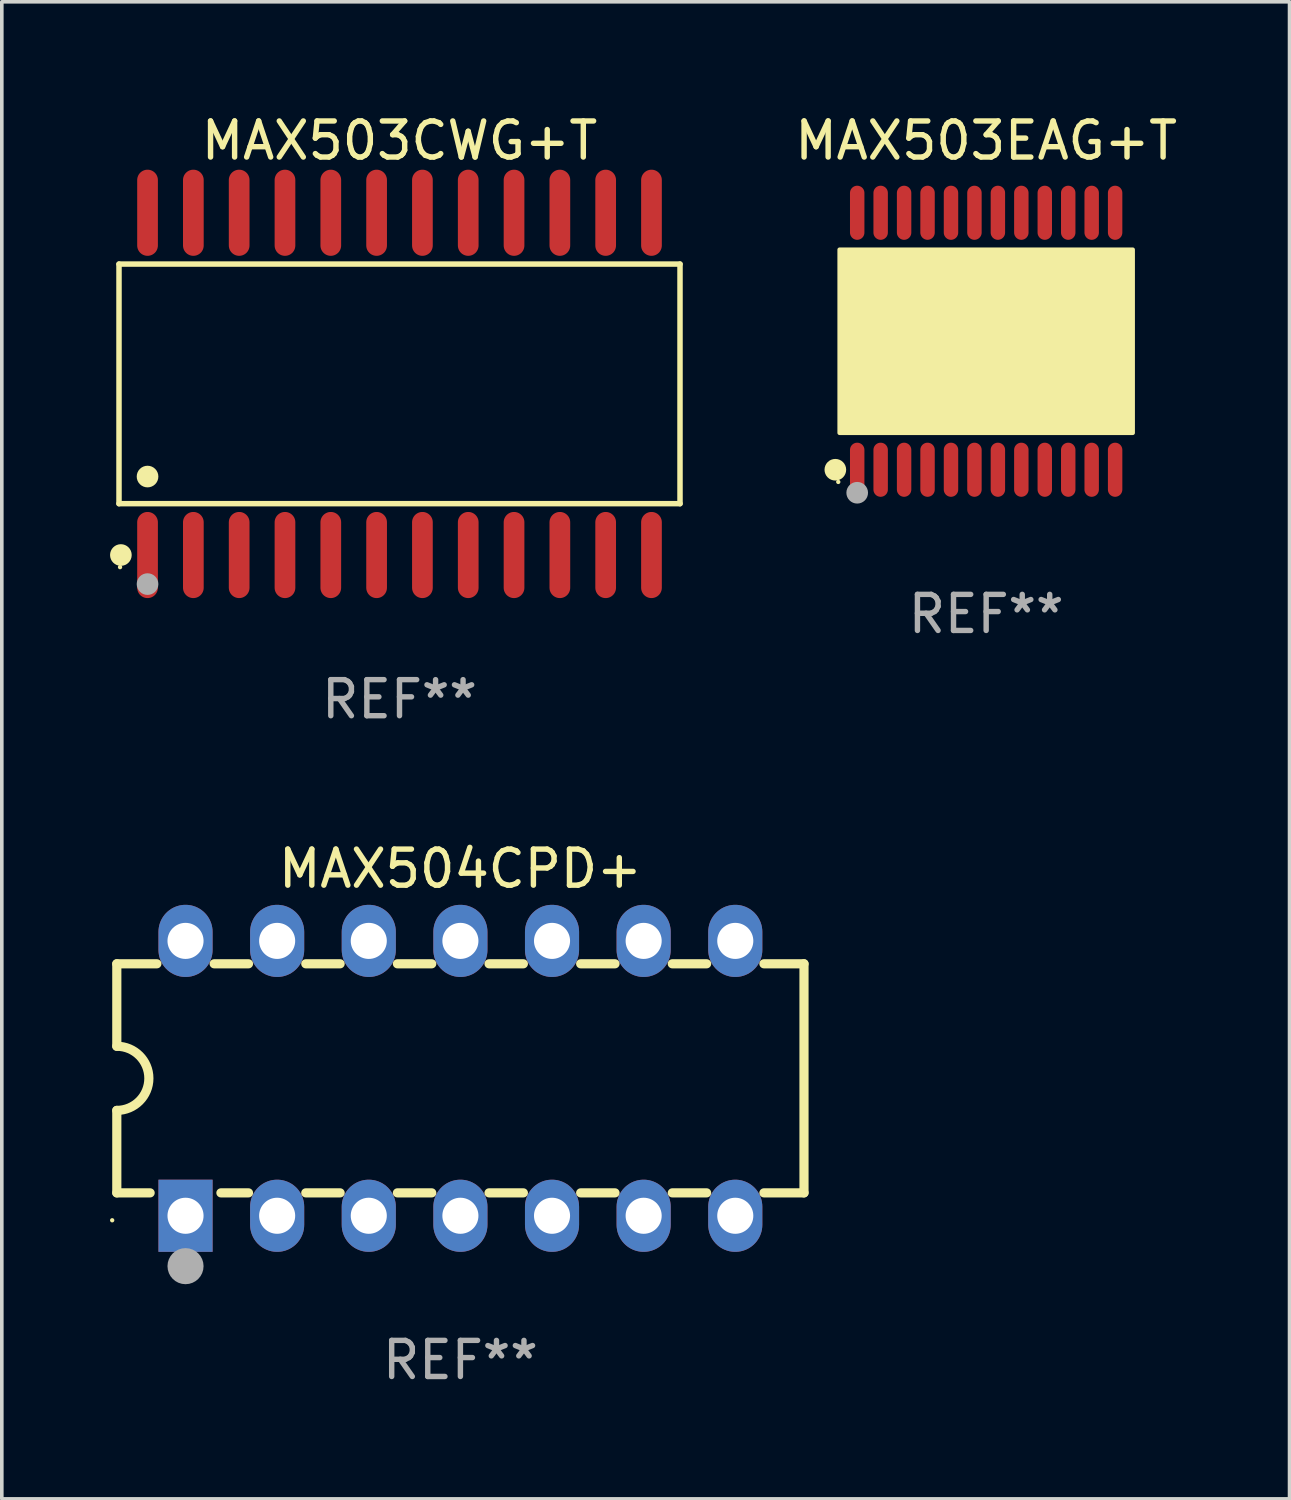
<source format=kicad_pcb>
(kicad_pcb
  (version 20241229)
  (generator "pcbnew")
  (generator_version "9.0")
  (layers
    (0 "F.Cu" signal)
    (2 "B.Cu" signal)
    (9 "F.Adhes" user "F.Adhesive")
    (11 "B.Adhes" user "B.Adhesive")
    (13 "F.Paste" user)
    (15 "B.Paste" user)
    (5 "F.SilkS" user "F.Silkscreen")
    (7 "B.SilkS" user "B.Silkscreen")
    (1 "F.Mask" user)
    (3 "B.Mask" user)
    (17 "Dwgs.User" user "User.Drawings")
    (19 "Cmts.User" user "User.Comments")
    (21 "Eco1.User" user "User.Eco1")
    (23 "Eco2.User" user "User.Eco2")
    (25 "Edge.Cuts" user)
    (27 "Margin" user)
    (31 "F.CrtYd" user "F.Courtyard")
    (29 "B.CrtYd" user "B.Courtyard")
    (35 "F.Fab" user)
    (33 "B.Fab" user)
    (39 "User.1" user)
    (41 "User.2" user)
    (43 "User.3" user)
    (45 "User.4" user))
  (footprint "MAX503CWG+T"
    (layer "F.Cu")
    (at 8.025 7.592)
    (property "Reference" "MAX503CWG+T" (at 0 -6.744 0) (layer "F.SilkS") (effects (font (size 1 1) (thickness 0.15))))
    (attr through_hole)
    (fp_line (start -7.776 -3.321) (end 7.776 -3.321) (stroke (width 0.152) (type solid)) (layer "F.SilkS"))
    (fp_line (start -7.776 3.321) (end -7.776 -3.321) (stroke (width 0.152) (type solid)) (layer "F.SilkS"))
    (fp_line (start 7.776 -3.321) (end 7.776 3.321) (stroke (width 0.152) (type solid)) (layer "F.SilkS"))
    (fp_line (start 7.776 3.321) (end -7.776 3.321) (stroke (width 0.152) (type solid)) (layer "F.SilkS"))
    (fp_circle (center -7.747 5.08) (end -7.717 5.08) (stroke (width 0.06) (type solid)) (fill no) (layer "F.SilkS"))
    (fp_circle (center -7.724 4.744) (end -7.574 4.744) (stroke (width 0.3) (type solid)) (fill no) (layer "F.SilkS"))
    (fp_circle (center -6.985 2.569) (end -6.835 2.569) (stroke (width 0.3) (type solid)) (fill no) (layer "F.SilkS"))
    (fp_circle (center -6.985 5.55) (end -6.835 5.55) (stroke (width 0.3) (type solid)) (fill no) (layer "F.Fab"))
    (fp_text user "REF**" (at 0 8.744 0) (layer "F.Fab") (effects (font (size 1 1) (thickness 0.15))))
    (pad "1" smd oval (at -6.985 4.744) (size 0.574 2.388) (layers "F.Cu" "F.Mask" "F.Paste"))
    (pad "2" smd oval (at -5.715 4.744) (size 0.574 2.388) (layers "F.Cu" "F.Mask" "F.Paste"))
    (pad "3" smd oval (at -4.445 4.744) (size 0.574 2.388) (layers "F.Cu" "F.Mask" "F.Paste"))
    (pad "4" smd oval (at -3.175 4.744) (size 0.574 2.388) (layers "F.Cu" "F.Mask" "F.Paste"))
    (pad "5" smd oval (at -1.905 4.744) (size 0.574 2.388) (layers "F.Cu" "F.Mask" "F.Paste"))
    (pad "6" smd oval (at -0.635 4.744) (size 0.574 2.388) (layers "F.Cu" "F.Mask" "F.Paste"))
    (pad "7" smd oval (at 0.635 4.744) (size 0.574 2.388) (layers "F.Cu" "F.Mask" "F.Paste"))
    (pad "8" smd oval (at 1.905 4.744) (size 0.574 2.388) (layers "F.Cu" "F.Mask" "F.Paste"))
    (pad "9" smd oval (at 3.175 4.744) (size 0.574 2.388) (layers "F.Cu" "F.Mask" "F.Paste"))
    (pad "10" smd oval (at 4.445 4.744) (size 0.574 2.388) (layers "F.Cu" "F.Mask" "F.Paste"))
    (pad "11" smd oval (at 5.715 4.744) (size 0.574 2.388) (layers "F.Cu" "F.Mask" "F.Paste"))
    (pad "12" smd oval (at 6.985 4.744) (size 0.574 2.388) (layers "F.Cu" "F.Mask" "F.Paste"))
    (pad "13" smd oval (at 6.985 -4.744) (size 0.574 2.388) (layers "F.Cu" "F.Mask" "F.Paste"))
    (pad "14" smd oval (at 5.715 -4.744) (size 0.574 2.388) (layers "F.Cu" "F.Mask" "F.Paste"))
    (pad "15" smd oval (at 4.445 -4.744) (size 0.574 2.388) (layers "F.Cu" "F.Mask" "F.Paste"))
    (pad "16" smd oval (at 3.175 -4.744) (size 0.574 2.388) (layers "F.Cu" "F.Mask" "F.Paste"))
    (pad "17" smd oval (at 1.905 -4.744) (size 0.574 2.388) (layers "F.Cu" "F.Mask" "F.Paste"))
    (pad "18" smd oval (at 0.635 -4.744) (size 0.574 2.388) (layers "F.Cu" "F.Mask" "F.Paste"))
    (pad "19" smd oval (at -0.635 -4.744) (size 0.574 2.388) (layers "F.Cu" "F.Mask" "F.Paste"))
    (pad "20" smd oval (at -1.905 -4.744) (size 0.574 2.388) (layers "F.Cu" "F.Mask" "F.Paste"))
    (pad "21" smd oval (at -3.175 -4.744) (size 0.574 2.388) (layers "F.Cu" "F.Mask" "F.Paste"))
    (pad "22" smd oval (at -4.445 -4.744) (size 0.574 2.388) (layers "F.Cu" "F.Mask" "F.Paste"))
    (pad "23" smd oval (at -5.715 -4.744) (size 0.574 2.388) (layers "F.Cu" "F.Mask" "F.Paste"))
    (pad "24" smd oval (at -6.985 -4.744) (size 0.574 2.388) (layers "F.Cu" "F.Mask" "F.Paste")))
  (footprint "MAX504CPD+"
    (layer "F.Cu")
    (at 9.713 26.843)
    (property "Reference" "MAX504CPD+" (at 0 -5.81 0) (layer "F.SilkS") (effects (font (size 1 1) (thickness 0.15))))
    (attr through_hole)
    (fp_line (start -9.525 -3.175) (end -9.525 -0.889) (stroke (width 0.254) (type solid)) (layer "F.SilkS"))
    (fp_line (start -9.525 -3.175) (end -8.414 -3.175) (stroke (width 0.254) (type solid)) (layer "F.SilkS"))
    (fp_line (start -9.525 3.175) (end -9.525 0.889) (stroke (width 0.254) (type solid)) (layer "F.SilkS"))
    (fp_line (start -8.601 3.175) (end -9.525 3.175) (stroke (width 0.254) (type solid)) (layer "F.SilkS"))
    (fp_line (start -6.826 -3.175) (end -5.874 -3.175) (stroke (width 0.254) (type solid)) (layer "F.SilkS"))
    (fp_line (start -5.874 3.175) (end -6.639 3.175) (stroke (width 0.254) (type solid)) (layer "F.SilkS"))
    (fp_line (start -4.286 -3.175) (end -3.334 -3.175) (stroke (width 0.254) (type solid)) (layer "F.SilkS"))
    (fp_line (start -3.334 3.175) (end -4.286 3.175) (stroke (width 0.254) (type solid)) (layer "F.SilkS"))
    (fp_line (start -1.746 -3.175) (end -0.794 -3.175) (stroke (width 0.254) (type solid)) (layer "F.SilkS"))
    (fp_line (start -0.794 3.175) (end -1.746 3.175) (stroke (width 0.254) (type solid)) (layer "F.SilkS"))
    (fp_line (start 0.794 -3.175) (end 1.746 -3.175) (stroke (width 0.254) (type solid)) (layer "F.SilkS"))
    (fp_line (start 1.746 3.175) (end 0.794 3.175) (stroke (width 0.254) (type solid)) (layer "F.SilkS"))
    (fp_line (start 3.334 -3.175) (end 4.286 -3.175) (stroke (width 0.254) (type solid)) (layer "F.SilkS"))
    (fp_line (start 4.286 3.175) (end 3.334 3.175) (stroke (width 0.254) (type solid)) (layer "F.SilkS"))
    (fp_line (start 5.874 -3.175) (end 6.826 -3.175) (stroke (width 0.254) (type solid)) (layer "F.SilkS"))
    (fp_line (start 6.826 3.175) (end 5.874 3.175) (stroke (width 0.254) (type solid)) (layer "F.SilkS"))
    (fp_line (start 8.414 -3.175) (end 9.525 -3.175) (stroke (width 0.254) (type solid)) (layer "F.SilkS"))
    (fp_line (start 9.525 -3.175) (end 9.525 3.175) (stroke (width 0.254) (type solid)) (layer "F.SilkS"))
    (fp_line (start 9.525 3.175) (end 8.414 3.175) (stroke (width 0.254) (type solid)) (layer "F.SilkS"))
    (fp_arc (start -9.525019 -0.889002) (mid -8.636017 0) (end -9.525019 0.889002) (stroke (width 0.254001) (type solid)) (layer "F.SilkS"))
    (fp_circle (center -9.653 3.935) (end -9.623 3.935) (stroke (width 0.06) (type solid)) (fill no) (layer "F.SilkS"))
    (fp_circle (center -7.62 5.207) (end -7.37 5.207) (stroke (width 0.5) (type solid)) (fill no) (layer "F.Fab"))
    (fp_text user "REF**" (at 0 7.81 0) (layer "F.Fab") (effects (font (size 1 1) (thickness 0.15))))
    (pad "1" thru_hole rect (at -7.62 3.81) (size 1.5 2) (drill 1) (layers "*.Cu" "*.Mask"))
    (pad "2" thru_hole oval (at -5.08 3.81) (size 1.5 2) (drill 1) (layers "*.Cu" "*.Mask"))
    (pad "3" thru_hole oval (at -2.54 3.81) (size 1.5 2) (drill 1) (layers "*.Cu" "*.Mask"))
    (pad "4" thru_hole oval (at 0 3.81) (size 1.5 2) (drill 1) (layers "*.Cu" "*.Mask"))
    (pad "5" thru_hole oval (at 2.54 3.81) (size 1.5 2) (drill 1) (layers "*.Cu" "*.Mask"))
    (pad "6" thru_hole oval (at 5.08 3.81) (size 1.5 2) (drill 1) (layers "*.Cu" "*.Mask"))
    (pad "7" thru_hole oval (at 7.62 3.81) (size 1.5 2) (drill 1) (layers "*.Cu" "*.Mask"))
    (pad "8" thru_hole oval (at 7.62 -3.81) (size 1.5 2) (drill 1) (layers "*.Cu" "*.Mask"))
    (pad "9" thru_hole oval (at 5.08 -3.81) (size 1.5 2) (drill 1) (layers "*.Cu" "*.Mask"))
    (pad "10" thru_hole oval (at 2.54 -3.81) (size 1.5 2) (drill 1) (layers "*.Cu" "*.Mask"))
    (pad "11" thru_hole oval (at 0 -3.81) (size 1.5 2) (drill 1) (layers "*.Cu" "*.Mask"))
    (pad "12" thru_hole oval (at -2.54 -3.81) (size 1.5 2) (drill 1) (layers "*.Cu" "*.Mask"))
    (pad "13" thru_hole oval (at -5.08 -3.81) (size 1.5 2) (drill 1) (layers "*.Cu" "*.Mask"))
    (pad "14" thru_hole oval (at -7.62 -3.81) (size 1.5 2) (drill 1) (layers "*.Cu" "*.Mask")))
  (footprint "MAX503EAG+T"
    (layer "F.Cu")
    (at 24.288 6.41)
    (property "Reference" "MAX503EAG+T" (at 0 -5.562 0) (layer "F.SilkS") (effects (font (size 1 1) (thickness 0.15))))
    (attr through_hole)
    (fp_circle (center -4.181 3.562) (end -4.031 3.562) (stroke (width 0.3) (type solid)) (fill no) (layer "F.SilkS"))
    (fp_circle (center -4.1 3.9) (end -4.07 3.9) (stroke (width 0.06) (type solid)) (fill no) (layer "F.SilkS"))
    (fp_circle (center -3.575 1.819) (end -3.425 1.819) (stroke (width 0.3) (type solid)) (fill no) (layer "F.SilkS"))
    (fp_poly (pts (xy -4.064 -2.54) (xy 4.064 -2.54) (xy 4.064 2.54) (xy -4.064 2.54)) (stroke (width 0.12) (type solid)) (fill yes) (layer "F.SilkS"))
    (fp_circle (center -3.575 4.2) (end -3.425 4.2) (stroke (width 0.3) (type solid)) (fill no) (layer "F.Fab"))
    (fp_text user "REF**" (at 0 7.562 0) (layer "F.Fab") (effects (font (size 1 1) (thickness 0.15))))
    (pad "1" smd oval (at -3.575 3.562) (size 0.4 1.5) (layers "F.Cu" "F.Mask" "F.Paste"))
    (pad "2" smd oval (at -2.925 3.562) (size 0.4 1.5) (layers "F.Cu" "F.Mask" "F.Paste"))
    (pad "3" smd oval (at -2.275 3.562) (size 0.4 1.5) (layers "F.Cu" "F.Mask" "F.Paste"))
    (pad "4" smd oval (at -1.625 3.562) (size 0.4 1.5) (layers "F.Cu" "F.Mask" "F.Paste"))
    (pad "5" smd oval (at -0.975 3.562) (size 0.4 1.5) (layers "F.Cu" "F.Mask" "F.Paste"))
    (pad "6" smd oval (at -0.325 3.562) (size 0.4 1.5) (layers "F.Cu" "F.Mask" "F.Paste"))
    (pad "7" smd oval (at 0.325 3.562) (size 0.4 1.5) (layers "F.Cu" "F.Mask" "F.Paste"))
    (pad "8" smd oval (at 0.975 3.562) (size 0.4 1.5) (layers "F.Cu" "F.Mask" "F.Paste"))
    (pad "9" smd oval (at 1.625 3.562) (size 0.4 1.5) (layers "F.Cu" "F.Mask" "F.Paste"))
    (pad "10" smd oval (at 2.275 3.562) (size 0.4 1.5) (layers "F.Cu" "F.Mask" "F.Paste"))
    (pad "11" smd oval (at 2.925 3.562) (size 0.4 1.5) (layers "F.Cu" "F.Mask" "F.Paste"))
    (pad "12" smd oval (at 3.575 3.562) (size 0.4 1.5) (layers "F.Cu" "F.Mask" "F.Paste"))
    (pad "13" smd oval (at 3.575 -3.562) (size 0.4 1.5) (layers "F.Cu" "F.Mask" "F.Paste"))
    (pad "14" smd oval (at 2.925 -3.562) (size 0.4 1.5) (layers "F.Cu" "F.Mask" "F.Paste"))
    (pad "15" smd oval (at 2.275 -3.562) (size 0.4 1.5) (layers "F.Cu" "F.Mask" "F.Paste"))
    (pad "16" smd oval (at 1.625 -3.562) (size 0.4 1.5) (layers "F.Cu" "F.Mask" "F.Paste"))
    (pad "17" smd oval (at 0.975 -3.562) (size 0.4 1.5) (layers "F.Cu" "F.Mask" "F.Paste"))
    (pad "18" smd oval (at 0.325 -3.562) (size 0.4 1.5) (layers "F.Cu" "F.Mask" "F.Paste"))
    (pad "19" smd oval (at -0.325 -3.562) (size 0.4 1.5) (layers "F.Cu" "F.Mask" "F.Paste"))
    (pad "20" smd oval (at -0.975 -3.562) (size 0.4 1.5) (layers "F.Cu" "F.Mask" "F.Paste"))
    (pad "21" smd oval (at -1.625 -3.562) (size 0.4 1.5) (layers "F.Cu" "F.Mask" "F.Paste"))
    (pad "22" smd oval (at -2.275 -3.562) (size 0.4 1.5) (layers "F.Cu" "F.Mask" "F.Paste"))
    (pad "23" smd oval (at -2.925 -3.562) (size 0.4 1.5) (layers "F.Cu" "F.Mask" "F.Paste"))
    (pad "24" smd oval (at -3.575 -3.562) (size 0.4 1.5) (layers "F.Cu" "F.Mask" "F.Paste")))
  (gr_rect
    (start -3 -3)
    (end 32.698 38.501)
    (stroke (width 0.1) (type default))
    (fill no)
    (layer "Edge.Cuts")))
</source>
